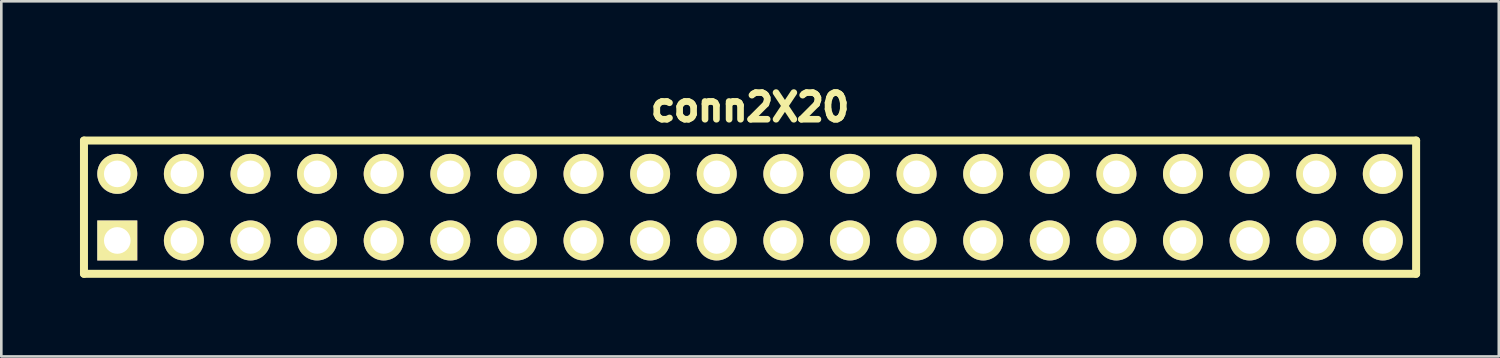
<source format=kicad_pcb>
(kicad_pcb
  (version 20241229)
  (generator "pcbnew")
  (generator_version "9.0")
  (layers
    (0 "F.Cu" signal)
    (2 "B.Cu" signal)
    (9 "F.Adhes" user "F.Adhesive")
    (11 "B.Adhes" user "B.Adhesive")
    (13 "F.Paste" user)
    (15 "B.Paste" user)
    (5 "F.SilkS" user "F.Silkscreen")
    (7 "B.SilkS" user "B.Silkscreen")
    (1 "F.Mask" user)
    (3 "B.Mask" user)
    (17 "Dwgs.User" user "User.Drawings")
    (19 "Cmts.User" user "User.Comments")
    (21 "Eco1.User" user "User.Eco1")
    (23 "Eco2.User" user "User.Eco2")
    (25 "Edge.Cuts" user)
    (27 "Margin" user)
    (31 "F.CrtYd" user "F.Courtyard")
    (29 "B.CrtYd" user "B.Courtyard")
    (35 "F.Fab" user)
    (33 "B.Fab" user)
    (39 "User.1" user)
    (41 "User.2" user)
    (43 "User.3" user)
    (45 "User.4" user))
  (footprint "conn2X20"
    (layer "F.Cu")
    (at 25.552 4.85)
    (property "Reference" "conn2X20" (at 0 -3.81 0) (layer "F.SilkS") (effects (font (size 1.016 1.016) (thickness 0.274))))
    (attr through_hole)
    (fp_line (start -25.4 -2.54) (end -25.4 2.54) (stroke (width 0.305) (type solid)) (layer "F.SilkS"))
    (fp_line (start 25.4 -2.54) (end -25.4 -2.54) (stroke (width 0.305) (type solid)) (layer "F.SilkS"))
    (fp_line (start 25.4 -2.54) (end 25.4 2.54) (stroke (width 0.305) (type solid)) (layer "F.SilkS"))
    (fp_line (start 25.4 2.54) (end -25.4 2.54) (stroke (width 0.305) (type solid)) (layer "F.SilkS"))
    (pad "1" thru_hole rect (at -24.13 1.27) (size 1.524 1.524) (drill 1.016) (layers "*.Cu" "*.Mask" "F.SilkS"))
    (pad "2" thru_hole circle (at -24.13 -1.27) (size 1.524 1.524) (drill 1.016) (layers "*.Cu" "*.Mask" "F.SilkS"))
    (pad "3" thru_hole circle (at -21.59 1.27) (size 1.524 1.524) (drill 1.016) (layers "*.Cu" "*.Mask" "F.SilkS"))
    (pad "4" thru_hole circle (at -21.59 -1.27) (size 1.524 1.524) (drill 1.016) (layers "*.Cu" "*.Mask" "F.SilkS"))
    (pad "5" thru_hole circle (at -19.05 1.27) (size 1.524 1.524) (drill 1.016) (layers "*.Cu" "*.Mask" "F.SilkS"))
    (pad "6" thru_hole circle (at -19.05 -1.27) (size 1.524 1.524) (drill 1.016) (layers "*.Cu" "*.Mask" "F.SilkS"))
    (pad "7" thru_hole circle (at -16.51 1.27) (size 1.524 1.524) (drill 1.016) (layers "*.Cu" "*.Mask" "F.SilkS"))
    (pad "8" thru_hole circle (at -16.51 -1.27) (size 1.524 1.524) (drill 1.016) (layers "*.Cu" "*.Mask" "F.SilkS"))
    (pad "9" thru_hole circle (at -13.97 1.27) (size 1.524 1.524) (drill 1.016) (layers "*.Cu" "*.Mask" "F.SilkS"))
    (pad "10" thru_hole circle (at -13.97 -1.27) (size 1.524 1.524) (drill 1.016) (layers "*.Cu" "*.Mask" "F.SilkS"))
    (pad "11" thru_hole circle (at -11.43 1.27) (size 1.524 1.524) (drill 1.016) (layers "*.Cu" "*.Mask" "F.SilkS"))
    (pad "12" thru_hole circle (at -11.43 -1.27) (size 1.524 1.524) (drill 1.016) (layers "*.Cu" "*.Mask" "F.SilkS"))
    (pad "13" thru_hole circle (at -8.89 1.27) (size 1.524 1.524) (drill 1.016) (layers "*.Cu" "*.Mask" "F.SilkS"))
    (pad "14" thru_hole circle (at -8.89 -1.27) (size 1.524 1.524) (drill 1.016) (layers "*.Cu" "*.Mask" "F.SilkS"))
    (pad "15" thru_hole circle (at -6.35 1.27) (size 1.524 1.524) (drill 1.016) (layers "*.Cu" "*.Mask" "F.SilkS"))
    (pad "16" thru_hole circle (at -6.35 -1.27) (size 1.524 1.524) (drill 1.016) (layers "*.Cu" "*.Mask" "F.SilkS"))
    (pad "17" thru_hole circle (at -3.81 1.27) (size 1.524 1.524) (drill 1.016) (layers "*.Cu" "*.Mask" "F.SilkS"))
    (pad "18" thru_hole circle (at -3.81 -1.27) (size 1.524 1.524) (drill 1.016) (layers "*.Cu" "*.Mask" "F.SilkS"))
    (pad "19" thru_hole circle (at -1.27 1.27) (size 1.524 1.524) (drill 1.016) (layers "*.Cu" "*.Mask" "F.SilkS"))
    (pad "20" thru_hole circle (at -1.27 -1.27) (size 1.524 1.524) (drill 1.016) (layers "*.Cu" "*.Mask" "F.SilkS"))
    (pad "21" thru_hole circle (at 1.27 1.27) (size 1.524 1.524) (drill 1.016) (layers "*.Cu" "*.Mask" "F.SilkS"))
    (pad "22" thru_hole circle (at 1.27 -1.27) (size 1.524 1.524) (drill 1.016) (layers "*.Cu" "*.Mask" "F.SilkS"))
    (pad "23" thru_hole circle (at 3.81 1.27) (size 1.524 1.524) (drill 1.016) (layers "*.Cu" "*.Mask" "F.SilkS"))
    (pad "24" thru_hole circle (at 3.81 -1.27) (size 1.524 1.524) (drill 1.016) (layers "*.Cu" "*.Mask" "F.SilkS"))
    (pad "25" thru_hole circle (at 6.35 1.27) (size 1.524 1.524) (drill 1.016) (layers "*.Cu" "*.Mask" "F.SilkS"))
    (pad "26" thru_hole circle (at 6.35 -1.27) (size 1.524 1.524) (drill 1.016) (layers "*.Cu" "*.Mask" "F.SilkS"))
    (pad "27" thru_hole circle (at 8.89 1.27) (size 1.524 1.524) (drill 1.016) (layers "*.Cu" "*.Mask" "F.SilkS"))
    (pad "28" thru_hole circle (at 8.89 -1.27) (size 1.524 1.524) (drill 1.016) (layers "*.Cu" "*.Mask" "F.SilkS"))
    (pad "29" thru_hole circle (at 11.43 1.27) (size 1.524 1.524) (drill 1.016) (layers "*.Cu" "*.Mask" "F.SilkS"))
    (pad "30" thru_hole circle (at 11.43 -1.27) (size 1.524 1.524) (drill 1.016) (layers "*.Cu" "*.Mask" "F.SilkS"))
    (pad "31" thru_hole circle (at 13.97 1.27) (size 1.524 1.524) (drill 1.016) (layers "*.Cu" "*.Mask" "F.SilkS"))
    (pad "32" thru_hole circle (at 13.97 -1.27) (size 1.524 1.524) (drill 1.016) (layers "*.Cu" "*.Mask" "F.SilkS"))
    (pad "33" thru_hole circle (at 16.51 1.27) (size 1.524 1.524) (drill 1.016) (layers "*.Cu" "*.Mask" "F.SilkS"))
    (pad "34" thru_hole circle (at 16.51 -1.27) (size 1.524 1.524) (drill 1.016) (layers "*.Cu" "*.Mask" "F.SilkS"))
    (pad "35" thru_hole circle (at 19.05 1.27) (size 1.524 1.524) (drill 1.016) (layers "*.Cu" "*.Mask" "F.SilkS"))
    (pad "36" thru_hole circle (at 19.05 -1.27) (size 1.524 1.524) (drill 1.016) (layers "*.Cu" "*.Mask" "F.SilkS"))
    (pad "37" thru_hole circle (at 21.59 1.27) (size 1.524 1.524) (drill 1.016) (layers "*.Cu" "*.Mask" "F.SilkS"))
    (pad "38" thru_hole circle (at 21.59 -1.27) (size 1.524 1.524) (drill 1.016) (layers "*.Cu" "*.Mask" "F.SilkS"))
    (pad "39" thru_hole circle (at 24.13 1.27) (size 1.524 1.524) (drill 1.016) (layers "*.Cu" "*.Mask" "F.SilkS"))
    (pad "40" thru_hole circle (at 24.13 -1.27) (size 1.524 1.524) (drill 1.016) (layers "*.Cu" "*.Mask" "F.SilkS")))
  (gr_rect
    (start -3 -3)
    (end 54.105 10.543)
    (stroke (width 0.1) (type default))
    (fill no)
    (layer "Edge.Cuts")))
</source>
